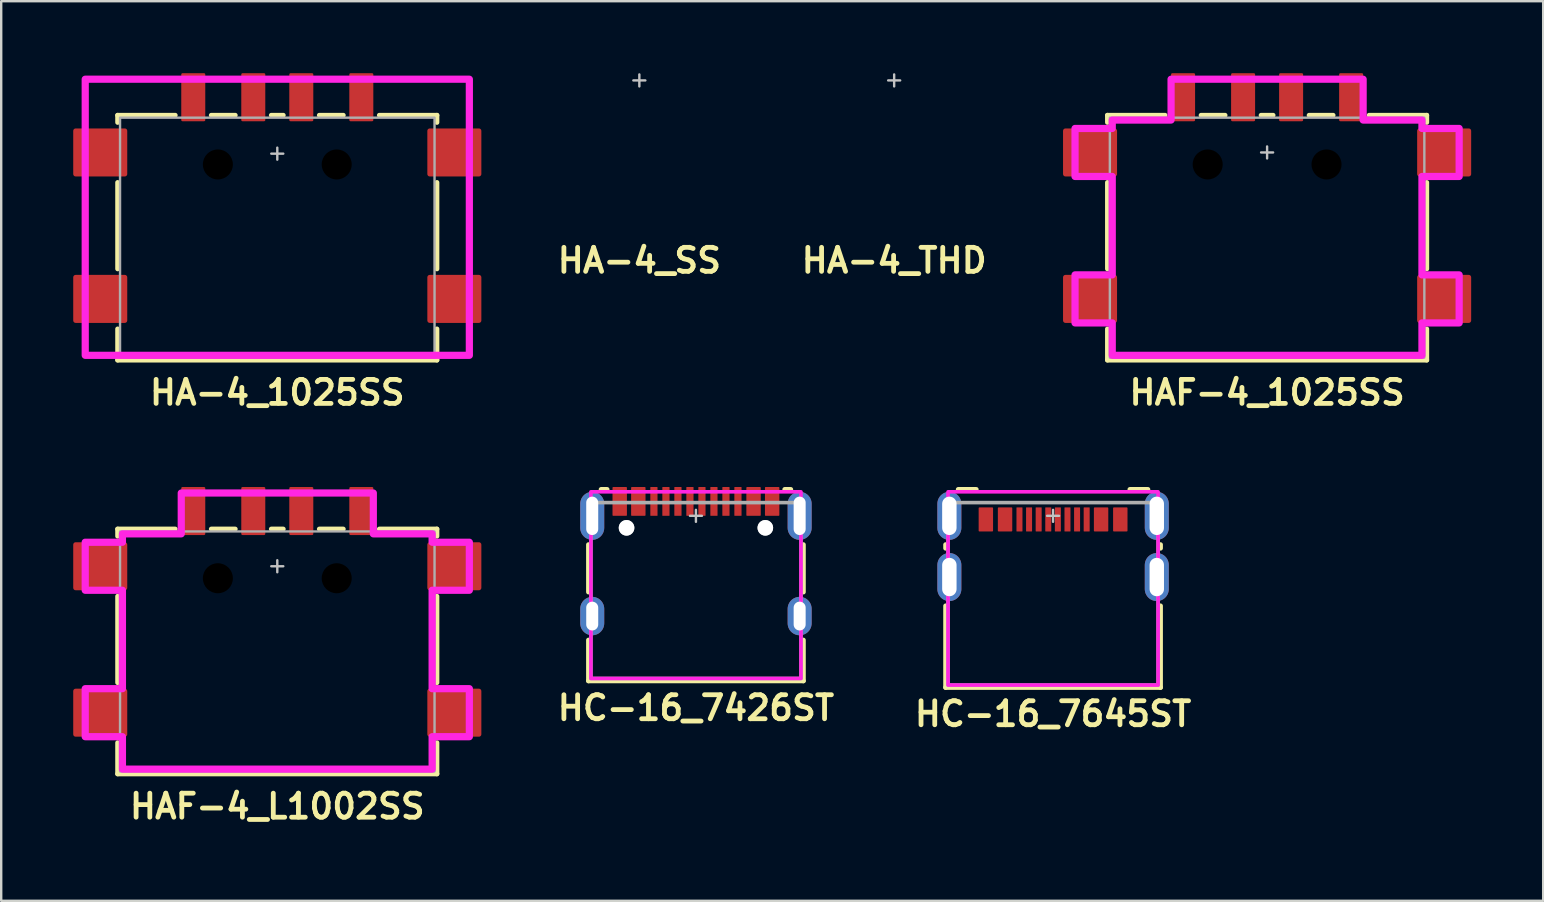
<source format=kicad_pcb>
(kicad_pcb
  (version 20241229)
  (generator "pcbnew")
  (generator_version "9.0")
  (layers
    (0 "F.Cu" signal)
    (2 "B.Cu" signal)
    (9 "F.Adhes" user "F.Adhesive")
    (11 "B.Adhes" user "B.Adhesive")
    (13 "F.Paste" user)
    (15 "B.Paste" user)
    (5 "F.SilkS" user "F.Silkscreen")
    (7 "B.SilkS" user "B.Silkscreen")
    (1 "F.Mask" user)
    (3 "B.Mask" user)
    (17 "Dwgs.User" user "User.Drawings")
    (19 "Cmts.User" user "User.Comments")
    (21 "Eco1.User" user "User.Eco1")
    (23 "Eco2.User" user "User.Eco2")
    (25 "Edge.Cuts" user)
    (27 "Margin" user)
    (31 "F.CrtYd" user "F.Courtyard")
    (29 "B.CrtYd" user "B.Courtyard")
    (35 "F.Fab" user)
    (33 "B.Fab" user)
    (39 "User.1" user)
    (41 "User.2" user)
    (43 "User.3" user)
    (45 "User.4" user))
  (footprint "HAF-4_L1002SS"
    (layer "F.Cu")
    (at 8.5 20.536)
    (property "Reference" "HAF-4_L1002SS" (at 0 10 0) (unlocked yes) (layer "F.SilkS") (effects (font (size 1 1) (thickness 0.2))))
    (attr smd)
    (fp_line (start -6.65 -1.55) (end -4.25 -1.55) (stroke (width 0.2) (type solid)) (layer "F.SilkS"))
    (fp_line (start -6.65 -1.25) (end -6.65 -1.55) (stroke (width 0.2) (type solid)) (layer "F.SilkS"))
    (fp_line (start -6.65 4.85) (end -6.65 1.25) (stroke (width 0.2) (type solid)) (layer "F.SilkS"))
    (fp_line (start -6.65 7.35) (end -6.65 8.65) (stroke (width 0.2) (type solid)) (layer "F.SilkS"))
    (fp_line (start -6.65 8.65) (end 6.65 8.65) (stroke (width 0.2) (type solid)) (layer "F.SilkS"))
    (fp_line (start -2.75 -1.55) (end -1.75 -1.55) (stroke (width 0.2) (type solid)) (layer "F.SilkS"))
    (fp_line (start -0.25 -1.55) (end 0.25 -1.55) (stroke (width 0.2) (type solid)) (layer "F.SilkS"))
    (fp_line (start 1.75 -1.55) (end 2.75 -1.55) (stroke (width 0.2) (type solid)) (layer "F.SilkS"))
    (fp_line (start 6.65 -1.55) (end 4.25 -1.55) (stroke (width 0.2) (type solid)) (layer "F.SilkS"))
    (fp_line (start 6.65 -1.25) (end 6.65 -1.55) (stroke (width 0.2) (type solid)) (layer "F.SilkS"))
    (fp_line (start 6.65 4.85) (end 6.65 1.25) (stroke (width 0.2) (type solid)) (layer "F.SilkS"))
    (fp_line (start 6.65 8.65) (end 6.65 7.35) (stroke (width 0.2) (type solid)) (layer "F.SilkS"))
    (fp_line (start -0.25 0) (end 0.25 0) (stroke (width 0.1) (type solid)) (layer "Dwgs.User"))
    (fp_line (start 0 -0.25) (end 0 0.25) (stroke (width 0.1) (type solid)) (layer "Dwgs.User"))
    (fp_poly (pts (xy 4 -1.35) (xy 6.45 -1.35) (xy 6.45 -1) (xy 8 -1) (xy 8 1) (xy 6.45 1) (xy 6.45 5.1) (xy 8 5.1) (xy 8 7.1) (xy 6.45 7.1) (xy 6.45 8.45) (xy -6.45 8.45) (xy -6.45 7.1) (xy -8 7.1) (xy -8 5.1) (xy -6.45 5.1) (xy -6.45 1) (xy -8 1) (xy -8 -1) (xy -6.45 -1) (xy -6.45 -1.35) (xy -4 -1.35) (xy -4 -3.05) (xy 4 -3.05)) (stroke (width 0.3) (type solid)) (fill no) (layer "F.CrtYd"))
    (fp_rect (start -6.55 -1.45) (end 6.55 8.55) (stroke (width 0.1) (type solid)) (fill no) (layer "F.Fab"))
    (pad "" np_thru_hole circle (at -2.475 0.5) (size 1.25 1.25) (drill 1.25) (layers "*.Mask"))
    (pad "" np_thru_hole circle (at 2.475 0.5) (size 1.25 1.25) (drill 1.25) (layers "*.Mask"))
    (pad "1" smd roundrect (at -3.5 -2.3 90) (size 2 1) (layers "F.Cu" "F.Mask" "F.Paste") (roundrect_rratio 0.05))
    (pad "2" smd roundrect (at -1 -2.3 90) (size 2 1) (layers "F.Cu" "F.Mask" "F.Paste") (roundrect_rratio 0.05))
    (pad "3" smd roundrect (at 1 -2.3 90) (size 2 1) (layers "F.Cu" "F.Mask" "F.Paste") (roundrect_rratio 0.05))
    (pad "4" smd roundrect (at 3.5 -2.3 90) (size 2 1) (layers "F.Cu" "F.Mask" "F.Paste") (roundrect_rratio 0.05))
    (pad "SHELL" smd roundrect (at -7.375 0) (size 2.25 2) (layers "F.Cu" "F.Mask" "F.Paste") (roundrect_rratio 0.05))
    (pad "SHELL" smd roundrect (at -7.375 6.1) (size 2.25 2) (layers "F.Cu" "F.Mask" "F.Paste") (roundrect_rratio 0.05))
    (pad "SHELL" smd roundrect (at 7.375 0) (size 2.25 2) (layers "F.Cu" "F.Mask" "F.Paste") (roundrect_rratio 0.05))
    (pad "SHELL" smd roundrect (at 7.375 6.1) (size 2.25 2) (layers "F.Cu" "F.Mask" "F.Paste") (roundrect_rratio 0.05)))
  (footprint "HC-16_7426ST"
    (layer "F.Cu")
    (at 25.938 18.436)
    (property "Reference" "HC-16_7426ST" (at 0 8 0) (unlocked yes) (layer "F.SilkS") (effects (font (size 1 1) (thickness 0.2))))
    (attr through_hole)
    (fp_line (start -4.475 1.2) (end -4.475 3.175) (stroke (width 0.2) (type solid)) (layer "F.SilkS"))
    (fp_line (start -4.475 5.175) (end -4.475 6.875) (stroke (width 0.2) (type solid)) (layer "F.SilkS"))
    (fp_line (start -4.475 6.875) (end 4.475 6.875) (stroke (width 0.2) (type solid)) (layer "F.SilkS"))
    (fp_line (start -3.7 -1.1) (end -3.95 -1.1) (stroke (width 0.2) (type solid)) (layer "F.SilkS"))
    (fp_line (start 3.95 -1.1) (end 3.7 -1.1) (stroke (width 0.2) (type solid)) (layer "F.SilkS"))
    (fp_line (start 4.475 1.2) (end 4.475 3.175) (stroke (width 0.2) (type solid)) (layer "F.SilkS"))
    (fp_line (start 4.475 6.875) (end 4.475 5.175) (stroke (width 0.2) (type solid)) (layer "F.SilkS"))
    (fp_rect (start -5 -0.75) (end -4.075 0.85) (stroke (width 0.5) (type solid)) (fill yes) (layer "F.Paste"))
    (fp_rect (start -5 3.525) (end -4.075 4.825) (stroke (width 0.5) (type solid)) (fill yes) (layer "F.Paste"))
    (fp_rect (start 4.075 -0.75) (end 5 0.85) (stroke (width 0.5) (type solid)) (fill yes) (layer "F.Paste"))
    (fp_rect (start 4.075 3.525) (end 5 4.825) (stroke (width 0.5) (type solid)) (fill yes) (layer "F.Paste"))
    (fp_line (start -0.25 0) (end 0.25 0) (stroke (width 0.1) (type solid)) (layer "Dwgs.User"))
    (fp_line (start 0 -0.25) (end 0 0.25) (stroke (width 0.1) (type solid)) (layer "Dwgs.User"))
    (fp_rect (start -4.375 6.775) (end 4.375 -1) (stroke (width 0.15) (type solid)) (fill no) (layer "F.CrtYd"))
    (fp_rect (start 4.375 6.775) (end -4.375 -0.55) (stroke (width 0.15) (type solid)) (fill no) (layer "F.Fab"))
    (pad "" np_thru_hole circle (at -2.89 0.5) (size 0.65 0.65) (drill 0.65) (layers "Dwgs.User"))
    (pad "" np_thru_hole circle (at 2.89 0.5) (size 0.65 0.65) (drill 0.65) (layers "Dwgs.User"))
    (pad "A1_B12" smd roundrect (at -3.175 -0.6 90) (size 1.2 0.6) (layers "F.Cu" "F.Mask" "F.Paste") (roundrect_rratio 0.05))
    (pad "A4_B9" smd roundrect (at -2.4 -0.6 90) (size 1.2 0.6) (layers "F.Cu" "F.Mask" "F.Paste") (roundrect_rratio 0.05))
    (pad "A5" smd roundrect (at -1.25 -0.6 90) (size 1.2 0.3) (layers "F.Cu" "F.Mask" "F.Paste") (roundrect_rratio 0.05))
    (pad "A6" smd roundrect (at -0.25 -0.6 90) (size 1.2 0.3) (layers "F.Cu" "F.Mask" "F.Paste") (roundrect_rratio 0.05))
    (pad "A7" smd roundrect (at 0.25 -0.6 90) (size 1.2 0.3) (layers "F.Cu" "F.Mask" "F.Paste") (roundrect_rratio 0.05))
    (pad "A8" smd roundrect (at 1.25 -0.6 90) (size 1.2 0.3) (layers "F.Cu" "F.Mask" "F.Paste") (roundrect_rratio 0.05))
    (pad "B1_A12" smd roundrect (at 3.175 -0.6 90) (size 1.2 0.6) (layers "F.Cu" "F.Mask" "F.Paste") (roundrect_rratio 0.05))
    (pad "B4_A9" smd roundrect (at 2.4 -0.6 90) (size 1.2 0.6) (layers "F.Cu" "F.Mask" "F.Paste") (roundrect_rratio 0.05))
    (pad "B5" smd roundrect (at 1.75 -0.6 90) (size 1.2 0.3) (layers "F.Cu" "F.Mask" "F.Paste") (roundrect_rratio 0.05))
    (pad "B6" smd roundrect (at 0.75 -0.6 90) (size 1.2 0.3) (layers "F.Cu" "F.Mask" "F.Paste") (roundrect_rratio 0.05))
    (pad "B7" smd roundrect (at -0.75 -0.6 90) (size 1.2 0.3) (layers "F.Cu" "F.Mask" "F.Paste") (roundrect_rratio 0.05))
    (pad "B8" smd roundrect (at -1.75 -0.6 90) (size 1.2 0.3) (layers "F.Cu" "F.Mask" "F.Paste") (roundrect_rratio 0.05))
    (pad "SHELL" thru_hole oval (at -4.32 0 90) (size 2 1) (drill oval 1.6 0.5) (layers "*.Cu" "*.Mask"))
    (pad "SHELL" thru_hole oval (at -4.32 4.175 90) (size 1.6 1) (drill oval 1.2 0.5) (layers "*.Cu" "*.Mask"))
    (pad "SHELL" thru_hole oval (at 4.32 0 90) (size 2 1) (drill oval 1.6 0.5) (layers "*.Cu" "*.Mask"))
    (pad "SHELL" thru_hole oval (at 4.32 4.175 90) (size 1.6 1) (drill oval 1.2 0.5) (layers "*.Cu" "*.Mask")))
  (footprint "HA-4_SS"
    (layer "F.Cu")
    (at 23.581 0.3)
    (property "Reference" "HA-4_SS" (at 0 7.5 0) (unlocked yes) (layer "F.SilkS") (effects (font (size 1 1) (thickness 0.2))))
    (attr smd)
    (fp_line (start -0.25 0) (end 0.25 0) (stroke (width 0.1) (type solid)) (layer "Dwgs.User"))
    (fp_line (start 0 -0.25) (end 0 0.25) (stroke (width 0.1) (type solid)) (layer "Dwgs.User")))
  (footprint "HA-4_1025SS"
    (layer "F.Cu")
    (at 8.5 3.3)
    (property "Reference" "HA-4_1025SS" (at 0 10 0) (unlocked yes) (layer "F.SilkS") (effects (font (size 1 1) (thickness 0.2))))
    (attr smd)
    (fp_line (start -6.65 -1.55) (end -4.25 -1.55) (stroke (width 0.2) (type solid)) (layer "F.SilkS"))
    (fp_line (start -6.65 -1.25) (end -6.65 -1.55) (stroke (width 0.2) (type solid)) (layer "F.SilkS"))
    (fp_line (start -6.65 4.85) (end -6.65 1.25) (stroke (width 0.2) (type solid)) (layer "F.SilkS"))
    (fp_line (start -6.65 7.35) (end -6.65 8.65) (stroke (width 0.2) (type solid)) (layer "F.SilkS"))
    (fp_line (start -6.65 8.65) (end 6.65 8.65) (stroke (width 0.2) (type solid)) (layer "F.SilkS"))
    (fp_line (start -2.75 -1.55) (end -1.75 -1.55) (stroke (width 0.2) (type solid)) (layer "F.SilkS"))
    (fp_line (start -0.25 -1.55) (end 0.25 -1.55) (stroke (width 0.2) (type solid)) (layer "F.SilkS"))
    (fp_line (start 1.75 -1.55) (end 2.75 -1.55) (stroke (width 0.2) (type solid)) (layer "F.SilkS"))
    (fp_line (start 6.65 -1.55) (end 4.25 -1.55) (stroke (width 0.2) (type solid)) (layer "F.SilkS"))
    (fp_line (start 6.65 -1.25) (end 6.65 -1.55) (stroke (width 0.2) (type solid)) (layer "F.SilkS"))
    (fp_line (start 6.65 4.85) (end 6.65 1.25) (stroke (width 0.2) (type solid)) (layer "F.SilkS"))
    (fp_line (start 6.65 8.65) (end 6.65 7.35) (stroke (width 0.2) (type solid)) (layer "F.SilkS"))
    (fp_line (start -0.25 0.05) (end 0.25 0.05) (stroke (width 0.1) (type solid)) (layer "Dwgs.User"))
    (fp_line (start 0 -0.2) (end 0 0.3) (stroke (width 0.1) (type solid)) (layer "Dwgs.User"))
    (fp_rect (start -8 8.45) (end 8 -3.05) (stroke (width 0.3) (type solid)) (fill no) (layer "F.CrtYd"))
    (fp_rect (start -6.55 -1.45) (end 6.55 8.55) (stroke (width 0.1) (type solid)) (fill no) (layer "F.Fab"))
    (pad "" np_thru_hole circle (at -2.475 0.5) (size 1.25 1.25) (drill 1.25) (layers "*.Mask"))
    (pad "" np_thru_hole circle (at 2.475 0.5) (size 1.25 1.25) (drill 1.25) (layers "*.Mask"))
    (pad "1" smd roundrect (at -3.5 -2.3 90) (size 2 1) (layers "F.Cu" "F.Mask" "F.Paste") (roundrect_rratio 0.05))
    (pad "2" smd roundrect (at -1 -2.3 90) (size 2 1) (layers "F.Cu" "F.Mask" "F.Paste") (roundrect_rratio 0.05))
    (pad "3" smd roundrect (at 1 -2.3 90) (size 2 1) (layers "F.Cu" "F.Mask" "F.Paste") (roundrect_rratio 0.05))
    (pad "4" smd roundrect (at 3.5 -2.3 90) (size 2 1) (layers "F.Cu" "F.Mask" "F.Paste") (roundrect_rratio 0.05))
    (pad "SHELL" smd roundrect (at -7.375 0) (size 2.25 2) (layers "F.Cu" "F.Mask" "F.Paste") (roundrect_rratio 0.05))
    (pad "SHELL" smd roundrect (at -7.375 6.1) (size 2.25 2) (layers "F.Cu" "F.Mask" "F.Paste") (roundrect_rratio 0.05))
    (pad "SHELL" smd roundrect (at 7.375 0) (size 2.25 2) (layers "F.Cu" "F.Mask" "F.Paste") (roundrect_rratio 0.05))
    (pad "SHELL" smd roundrect (at 7.375 6.1) (size 2.25 2) (layers "F.Cu" "F.Mask" "F.Paste") (roundrect_rratio 0.05)))
  (footprint "HAF-4_1025SS"
    (layer "F.Cu")
    (at 49.729 3.3)
    (property "Reference" "HAF-4_1025SS" (at 0 10 0) (unlocked yes) (layer "F.SilkS") (effects (font (size 1 1) (thickness 0.2))))
    (attr smd)
    (fp_line (start -6.65 -1.55) (end -4.25 -1.55) (stroke (width 0.2) (type solid)) (layer "F.SilkS"))
    (fp_line (start -6.65 -1.25) (end -6.65 -1.55) (stroke (width 0.2) (type solid)) (layer "F.SilkS"))
    (fp_line (start -6.65 4.85) (end -6.65 1.25) (stroke (width 0.2) (type solid)) (layer "F.SilkS"))
    (fp_line (start -6.65 7.35) (end -6.65 8.65) (stroke (width 0.2) (type solid)) (layer "F.SilkS"))
    (fp_line (start -6.65 8.65) (end 6.65 8.65) (stroke (width 0.2) (type solid)) (layer "F.SilkS"))
    (fp_line (start -2.75 -1.55) (end -1.75 -1.55) (stroke (width 0.2) (type solid)) (layer "F.SilkS"))
    (fp_line (start -0.25 -1.55) (end 0.25 -1.55) (stroke (width 0.2) (type solid)) (layer "F.SilkS"))
    (fp_line (start 1.75 -1.55) (end 2.75 -1.55) (stroke (width 0.2) (type solid)) (layer "F.SilkS"))
    (fp_line (start 6.65 -1.55) (end 4.25 -1.55) (stroke (width 0.2) (type solid)) (layer "F.SilkS"))
    (fp_line (start 6.65 -1.25) (end 6.65 -1.55) (stroke (width 0.2) (type solid)) (layer "F.SilkS"))
    (fp_line (start 6.65 4.85) (end 6.65 1.25) (stroke (width 0.2) (type solid)) (layer "F.SilkS"))
    (fp_line (start 6.65 8.65) (end 6.65 7.35) (stroke (width 0.2) (type solid)) (layer "F.SilkS"))
    (fp_line (start -0.25 0) (end 0.25 0) (stroke (width 0.1) (type solid)) (layer "Dwgs.User"))
    (fp_line (start 0 -0.25) (end 0 0.25) (stroke (width 0.1) (type solid)) (layer "Dwgs.User"))
    (fp_poly (pts (xy 4 -1.35) (xy 6.45 -1.35) (xy 6.45 -1) (xy 8 -1) (xy 8 1) (xy 6.45 1) (xy 6.45 5.1) (xy 8 5.1) (xy 8 7.1) (xy 6.45 7.1) (xy 6.45 8.45) (xy -6.45 8.45) (xy -6.45 7.1) (xy -8 7.1) (xy -8 5.1) (xy -6.45 5.1) (xy -6.45 1) (xy -8 1) (xy -8 -1) (xy -6.45 -1) (xy -6.45 -1.35) (xy -4 -1.35) (xy -4 -3.05) (xy 4 -3.05)) (stroke (width 0.3) (type solid)) (fill no) (layer "F.CrtYd"))
    (fp_rect (start -6.55 -1.45) (end 6.55 8.55) (stroke (width 0.1) (type solid)) (fill no) (layer "F.Fab"))
    (pad "" np_thru_hole circle (at -2.475 0.5) (size 1.25 1.25) (drill 1.25) (layers "*.Mask"))
    (pad "" np_thru_hole circle (at 2.475 0.5) (size 1.25 1.25) (drill 1.25) (layers "*.Mask"))
    (pad "1" smd roundrect (at -3.5 -2.3 90) (size 2 1) (layers "F.Cu" "F.Mask" "F.Paste") (roundrect_rratio 0.05))
    (pad "2" smd roundrect (at -1 -2.3 90) (size 2 1) (layers "F.Cu" "F.Mask" "F.Paste") (roundrect_rratio 0.05))
    (pad "3" smd roundrect (at 1 -2.3 90) (size 2 1) (layers "F.Cu" "F.Mask" "F.Paste") (roundrect_rratio 0.05))
    (pad "4" smd roundrect (at 3.5 -2.3 90) (size 2 1) (layers "F.Cu" "F.Mask" "F.Paste") (roundrect_rratio 0.05))
    (pad "SHELL" smd roundrect (at -7.375 0) (size 2.25 2) (layers "F.Cu" "F.Mask" "F.Paste") (roundrect_rratio 0.05))
    (pad "SHELL" smd roundrect (at -7.375 6.1) (size 2.25 2) (layers "F.Cu" "F.Mask" "F.Paste") (roundrect_rratio 0.05))
    (pad "SHELL" smd roundrect (at 7.375 0) (size 2.25 2) (layers "F.Cu" "F.Mask" "F.Paste") (roundrect_rratio 0.05))
    (pad "SHELL" smd roundrect (at 7.375 6.1) (size 2.25 2) (layers "F.Cu" "F.Mask" "F.Paste") (roundrect_rratio 0.05)))
  (footprint "HA-4_THD"
    (layer "F.Cu")
    (at 34.195 0.3)
    (property "Reference" "HA-4_THD" (at 0 7.5 0) (unlocked yes) (layer "F.SilkS") (effects (font (size 1 1) (thickness 0.2))))
    (attr through_hole)
    (fp_line (start -0.25 0) (end 0.25 0) (stroke (width 0.1) (type solid)) (layer "Dwgs.User"))
    (fp_line (start 0 -0.25) (end 0 0.25) (stroke (width 0.1) (type solid)) (layer "Dwgs.User")))
  (footprint "HC-16_7645ST"
    (layer "F.Cu")
    (at 40.814 18.436)
    (property "Reference" "HC-16_7645ST" (at 0 8.25 0) (unlocked yes) (layer "F.SilkS") (effects (font (size 1 1) (thickness 0.2))))
    (attr through_hole)
    (fp_line (start -4.475 1.2) (end -4.475 1.35) (stroke (width 0.2) (type solid)) (layer "F.SilkS"))
    (fp_line (start -4.475 3.75) (end -4.475 7.15) (stroke (width 0.2) (type solid)) (layer "F.SilkS"))
    (fp_line (start -4.475 7.15) (end 4.475 7.15) (stroke (width 0.2) (type solid)) (layer "F.SilkS"))
    (fp_line (start -3.95 -1.1) (end -3.2 -1.1) (stroke (width 0.2) (type solid)) (layer "F.SilkS"))
    (fp_line (start 3.2 -1.1) (end 3.95 -1.1) (stroke (width 0.2) (type solid)) (layer "F.SilkS"))
    (fp_line (start 4.475 1.2) (end 4.475 1.35) (stroke (width 0.2) (type solid)) (layer "F.SilkS"))
    (fp_line (start 4.475 7.15) (end 4.475 3.75) (stroke (width 0.2) (type solid)) (layer "F.SilkS"))
    (fp_line (start -0.25 0) (end 0.25 0) (stroke (width 0.1) (type solid)) (layer "Dwgs.User"))
    (fp_line (start 0 -0.25) (end 0 0.25) (stroke (width 0.1) (type solid)) (layer "Dwgs.User"))
    (fp_rect (start -4.375 7.05) (end 4.375 -1) (stroke (width 0.15) (type solid)) (fill no) (layer "F.CrtYd"))
    (fp_rect (start 4.375 7.05) (end -4.375 -0.55) (stroke (width 0.15) (type solid)) (fill no) (layer "F.Fab"))
    (pad "A1_B12" smd roundrect (at -2.8 0.15 90) (size 1 0.6) (layers "F.Cu" "F.Mask" "F.Paste") (roundrect_rratio 0.05))
    (pad "A4_B9" smd roundrect (at -2 0.15 90) (size 1 0.6) (layers "F.Cu" "F.Mask" "F.Paste") (roundrect_rratio 0.05))
    (pad "A5" smd roundrect (at -1 0.15 90) (size 1 0.25) (layers "F.Cu" "F.Mask" "F.Paste") (roundrect_rratio 0.05))
    (pad "A6" smd roundrect (at -0.2 0.15 90) (size 1 0.25) (layers "F.Cu" "F.Mask" "F.Paste") (roundrect_rratio 0.05))
    (pad "A7" smd roundrect (at 0.2 0.15 90) (size 1 0.25) (layers "F.Cu" "F.Mask" "F.Paste") (roundrect_rratio 0.05))
    (pad "A8" smd roundrect (at 1 0.15 90) (size 1 0.25) (layers "F.Cu" "F.Mask" "F.Paste") (roundrect_rratio 0.05))
    (pad "B1_A12" smd roundrect (at 2.8 0.15 90) (size 1 0.6) (layers "F.Cu" "F.Mask" "F.Paste") (roundrect_rratio 0.05))
    (pad "B4_A9" smd roundrect (at 2 0.15 270) (size 1 0.6) (layers "F.Cu" "F.Mask" "F.Paste") (roundrect_rratio 0.05))
    (pad "B5" smd roundrect (at 1.4 0.15 90) (size 1 0.25) (layers "F.Cu" "F.Mask" "F.Paste") (roundrect_rratio 0.05))
    (pad "B6" smd roundrect (at 0.6 0.15 90) (size 1 0.25) (layers "F.Cu" "F.Mask" "F.Paste") (roundrect_rratio 0.05))
    (pad "B7" smd roundrect (at -0.6 0.15 90) (size 1 0.25) (layers "F.Cu" "F.Mask" "F.Paste") (roundrect_rratio 0.05))
    (pad "B8" smd roundrect (at -1.4 0.15 90) (size 1 0.25) (layers "F.Cu" "F.Mask" "F.Paste") (roundrect_rratio 0.05))
    (pad "SHELL" thru_hole oval (at -4.32 0 90) (size 2 1) (drill oval 1.6 0.6) (layers "*.Cu" "*.Mask"))
    (pad "SHELL" thru_hole oval (at -4.32 2.55 90) (size 2 1) (drill oval 1.6 0.6) (layers "*.Cu" "*.Mask"))
    (pad "SHELL" thru_hole oval (at 4.32 0 90) (size 2 1) (drill oval 1.6 0.6) (layers "*.Cu" "*.Mask"))
    (pad "SHELL" thru_hole oval (at 4.32 2.55 90) (size 2 1) (drill oval 1.6 0.6) (layers "*.Cu" "*.Mask")))
  (gr_rect
    (start -3 -3)
    (end 61.229 34.472)
    (stroke (width 0.1) (type default))
    (fill no)
    (layer "Edge.Cuts")))
</source>
